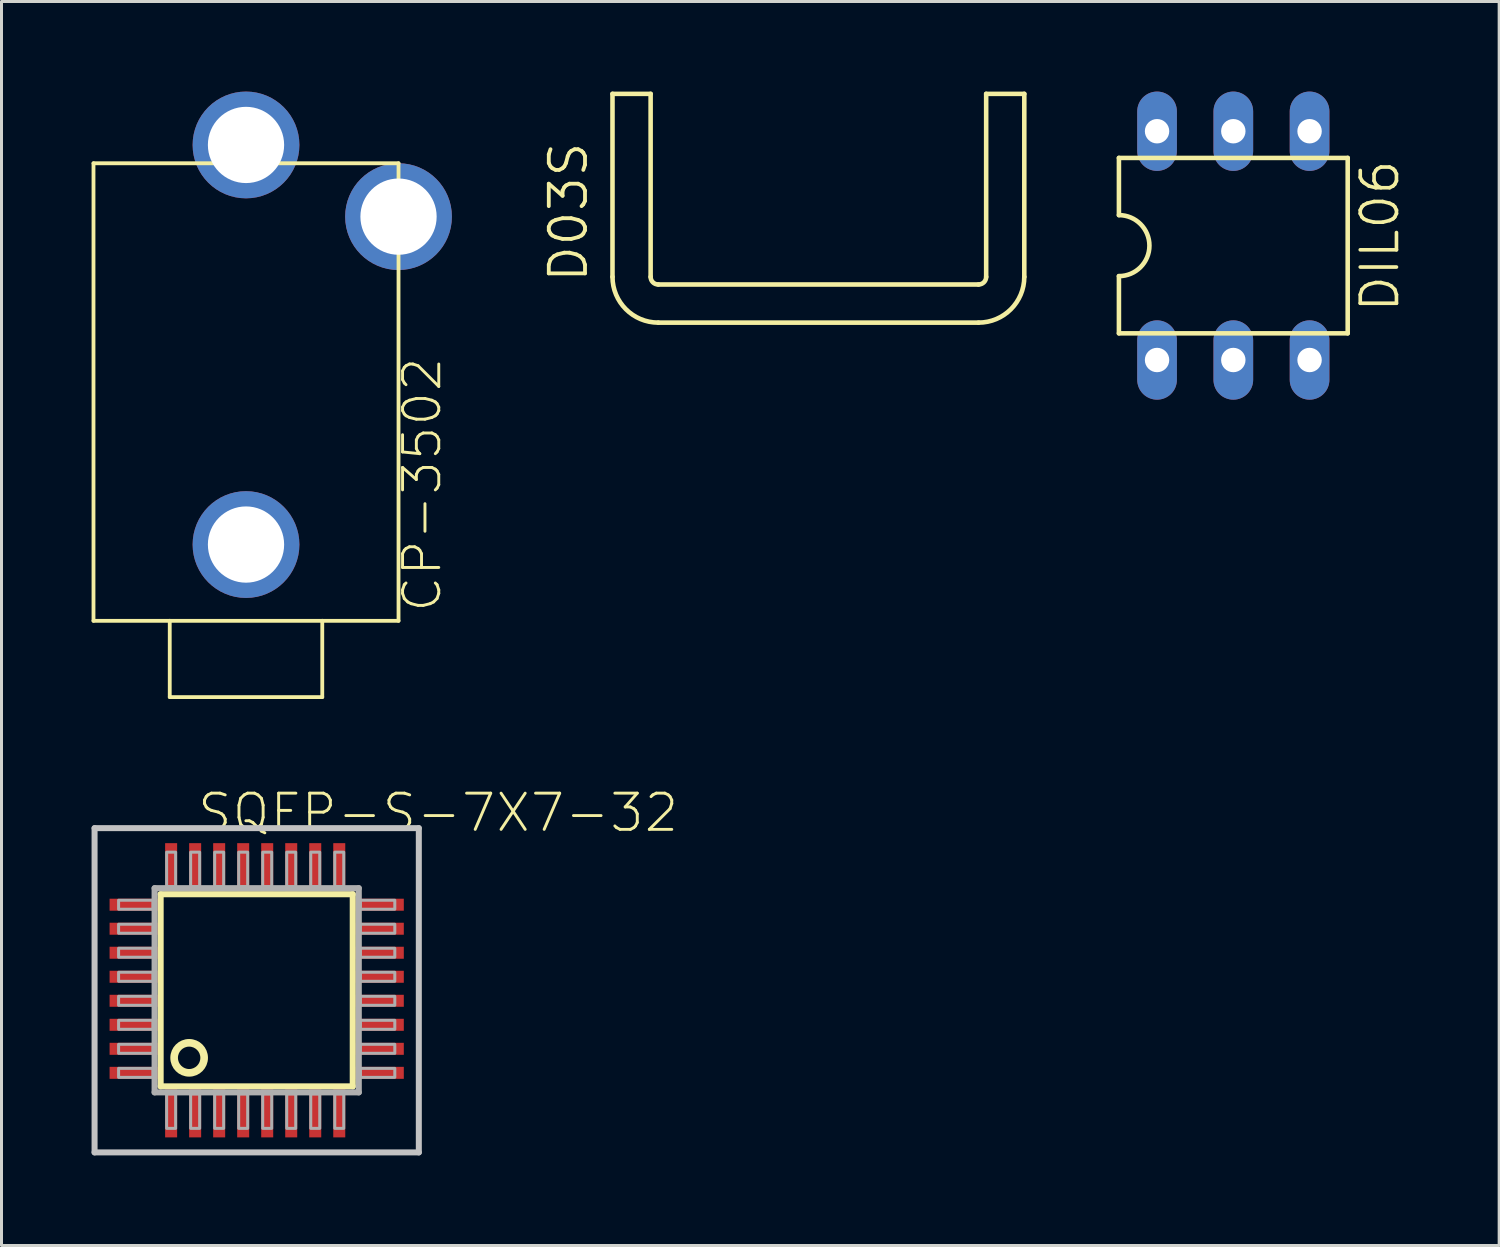
<source format=kicad_pcb>
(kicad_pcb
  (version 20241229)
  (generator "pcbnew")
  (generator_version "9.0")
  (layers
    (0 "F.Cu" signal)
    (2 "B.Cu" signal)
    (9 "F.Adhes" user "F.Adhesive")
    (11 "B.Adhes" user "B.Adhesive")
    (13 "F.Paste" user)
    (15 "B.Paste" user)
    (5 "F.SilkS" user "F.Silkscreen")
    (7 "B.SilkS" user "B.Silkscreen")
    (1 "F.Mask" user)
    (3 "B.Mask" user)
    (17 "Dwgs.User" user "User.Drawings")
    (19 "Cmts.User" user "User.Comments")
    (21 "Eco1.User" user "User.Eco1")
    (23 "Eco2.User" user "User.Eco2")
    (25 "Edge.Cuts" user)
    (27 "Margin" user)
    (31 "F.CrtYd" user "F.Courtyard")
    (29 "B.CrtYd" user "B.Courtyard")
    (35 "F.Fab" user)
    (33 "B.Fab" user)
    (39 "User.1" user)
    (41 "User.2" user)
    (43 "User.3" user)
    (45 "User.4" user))
  (footprint "D03S"
    (layer "F.Cu")
    (at 24.209 6.426)
    (property "Reference" "D03S" (at -7.62 0 90) (layer "F.SilkS") (effects (font (size 1.206 1.206) (thickness 0.127)) (justify left bottom)))
    (attr through_hole)
    (fp_line (start -6.858 -6.35) (end -5.588 -6.35) (stroke (width 0.152) (type solid)) (layer "F.SilkS"))
    (fp_line (start -6.858 -0.254) (end -6.858 -6.35) (stroke (width 0.152) (type solid)) (layer "F.SilkS"))
    (fp_line (start -5.588 -0.254) (end -5.588 -6.35) (stroke (width 0.152) (type solid)) (layer "F.SilkS"))
    (fp_line (start -5.334 0) (end 5.334 0) (stroke (width 0.152) (type solid)) (layer "F.SilkS"))
    (fp_line (start -5.334 1.27) (end 5.334 1.27) (stroke (width 0.152) (type solid)) (layer "F.SilkS"))
    (fp_line (start 5.588 -0.254) (end 5.588 -6.35) (stroke (width 0.152) (type solid)) (layer "F.SilkS"))
    (fp_line (start 6.858 -6.35) (end 5.588 -6.35) (stroke (width 0.152) (type solid)) (layer "F.SilkS"))
    (fp_line (start 6.858 -0.254) (end 6.858 -6.35) (stroke (width 0.152) (type solid)) (layer "F.SilkS"))
    (fp_arc (start -5.334 0) (mid -5.513605 -0.074395) (end -5.588 -0.254) (stroke (width 0.1524) (type solid)) (layer "F.SilkS"))
    (fp_arc (start -5.334 1.27) (mid -6.411631 0.823631) (end -6.858 -0.254) (stroke (width 0.1524) (type solid)) (layer "F.SilkS"))
    (fp_arc (start 5.588 -0.254) (mid 5.513605 -0.074395) (end 5.334 0) (stroke (width 0.1524) (type solid)) (layer "F.SilkS"))
    (fp_arc (start 6.858 -0.254) (mid 6.411631 0.823631) (end 5.334 1.27) (stroke (width 0.1524) (type solid)) (layer "F.SilkS")))
  (footprint "DIL06"
    (layer "F.Cu")
    (at 38.029 5.131)
    (property "Reference" "DIL06" (at 5.588 2.286 270) (layer "F.SilkS") (effects (font (size 1.206 1.206) (thickness 0.121)) (justify left bottom)))
    (attr through_hole)
    (fp_line (start -3.81 -2.921) (end -3.81 -1.016) (stroke (width 0.152) (type solid)) (layer "F.SilkS"))
    (fp_line (start -3.81 2.921) (end -3.81 1.016) (stroke (width 0.152) (type solid)) (layer "F.SilkS"))
    (fp_line (start -3.81 2.921) (end 3.81 2.921) (stroke (width 0.152) (type solid)) (layer "F.SilkS"))
    (fp_line (start 3.81 -2.921) (end -3.81 -2.921) (stroke (width 0.152) (type solid)) (layer "F.SilkS"))
    (fp_line (start 3.81 -2.921) (end 3.81 2.921) (stroke (width 0.152) (type solid)) (layer "F.SilkS"))
    (fp_arc (start -3.81 -1.016) (mid -2.794 0) (end -3.81 1.016) (stroke (width 0.1524) (type solid)) (layer "F.SilkS"))
    (pad "1" thru_hole oval (at -2.54 3.81 90) (size 2.642 1.321) (drill 0.813) (layers "*.Cu" "*.Mask"))
    (pad "2" thru_hole oval (at 0 3.81 90) (size 2.642 1.321) (drill 0.813) (layers "*.Cu" "*.Mask"))
    (pad "3" thru_hole oval (at 2.54 3.81 90) (size 2.642 1.321) (drill 0.813) (layers "*.Cu" "*.Mask"))
    (pad "4" thru_hole oval (at 2.54 -3.81 90) (size 2.642 1.321) (drill 0.813) (layers "*.Cu" "*.Mask"))
    (pad "5" thru_hole oval (at 0 -3.81 90) (size 2.642 1.321) (drill 0.813) (layers "*.Cu" "*.Mask"))
    (pad "6" thru_hole oval (at -2.54 -3.81 90) (size 2.642 1.321) (drill 0.813) (layers "*.Cu" "*.Mask")))
  (footprint "CP-3502"
    (layer "F.Cu")
    (at 5.144 17.628)
    (property "Reference" "CP-3502" (at 6.573 -0.22 90) (layer "F.SilkS") (effects (font (size 1.206 1.206) (thickness 0.097)) (justify left bottom)))
    (attr through_hole)
    (fp_line (start -5.08 -15.24) (end 5.08 -15.24) (stroke (width 0.127) (type solid)) (layer "F.SilkS"))
    (fp_line (start -5.08 0) (end -5.08 -15.24) (stroke (width 0.127) (type solid)) (layer "F.SilkS"))
    (fp_line (start -2.54 0) (end -5.08 0) (stroke (width 0.127) (type solid)) (layer "F.SilkS"))
    (fp_line (start -2.54 0) (end -2.54 2.54) (stroke (width 0.127) (type solid)) (layer "F.SilkS"))
    (fp_line (start -2.54 2.54) (end 2.54 2.54) (stroke (width 0.127) (type solid)) (layer "F.SilkS"))
    (fp_line (start 2.54 0) (end -2.54 0) (stroke (width 0.127) (type solid)) (layer "F.SilkS"))
    (fp_line (start 2.54 2.54) (end 2.54 0) (stroke (width 0.127) (type solid)) (layer "F.SilkS"))
    (fp_line (start 5.08 -15.24) (end 5.08 0) (stroke (width 0.127) (type solid)) (layer "F.SilkS"))
    (fp_line (start 5.08 0) (end 2.54 0) (stroke (width 0.127) (type solid)) (layer "F.SilkS"))
    (pad "SLEEVE" thru_hole circle (at 5.08 -13.462) (size 3.556 3.556) (drill 2.54) (layers "*.Cu" "*.Mask"))
    (pad "TIP" thru_hole circle (at 0 -2.54) (size 3.556 3.556) (drill 2.54) (layers "*.Cu" "*.Mask"))
    (pad "TIPSHUNT" thru_hole circle (at 0 -15.85) (size 3.556 3.556) (drill 2.54) (layers "*.Cu" "*.Mask")))
  (footprint "SQFP-S-7X7-32"
    (layer "F.Cu")
    (at 5.5 29.934)
    (property "Reference" "SQFP-S-7X7-32" (at -2.032 -5.207 180) (layer "F.SilkS") (effects (font (size 1.206 1.206) (thickness 0.097)) (justify left bottom)))
    (attr through_hole)
    (fp_line (start -3.2 -3.2) (end 3.2 -3.2) (stroke (width 0.203) (type solid)) (layer "F.SilkS"))
    (fp_line (start -3.2 3.2) (end -3.2 -3.2) (stroke (width 0.203) (type solid)) (layer "F.SilkS"))
    (fp_line (start 3.2 -3.2) (end 3.2 3.2) (stroke (width 0.203) (type solid)) (layer "F.SilkS"))
    (fp_line (start 3.2 3.2) (end -3.2 3.2) (stroke (width 0.203) (type solid)) (layer "F.SilkS"))
    (fp_circle (center -2.25 2.25) (end -1.75 2.25) (stroke (width 0.254) (type solid)) (fill no) (layer "F.SilkS"))
    (fp_line (start -5.4 -5.4) (end 5.4 -5.4) (stroke (width 0.2) (type solid)) (layer "Dwgs.User"))
    (fp_line (start -5.4 5.4) (end -5.4 -5.4) (stroke (width 0.2) (type solid)) (layer "Dwgs.User"))
    (fp_line (start 5.4 -5.4) (end 5.4 5.4) (stroke (width 0.2) (type solid)) (layer "Dwgs.User"))
    (fp_line (start 5.4 5.4) (end -5.4 5.4) (stroke (width 0.2) (type solid)) (layer "Dwgs.User"))
    (fp_line (start -3.4 -3.4) (end -3.4 3.4) (stroke (width 0.203) (type solid)) (layer "F.Fab"))
    (fp_line (start -3.4 3.4) (end 3.4 3.4) (stroke (width 0.203) (type solid)) (layer "F.Fab"))
    (fp_line (start 3.4 -3.4) (end -3.4 -3.4) (stroke (width 0.203) (type solid)) (layer "F.Fab"))
    (fp_line (start 3.4 3.4) (end 3.4 -3.4) (stroke (width 0.203) (type solid)) (layer "F.Fab"))
    (fp_poly (pts (xy -4.6 -3) (xy -4.6 -2.7) (xy -3.45 -2.7) (xy -3.45 -3)) (stroke (width 0.1) (type solid)) (fill no) (layer "F.Fab"))
    (fp_poly (pts (xy -4.6 -2.2) (xy -4.6 -1.9) (xy -3.45 -1.9) (xy -3.45 -2.2)) (stroke (width 0.1) (type solid)) (fill no) (layer "F.Fab"))
    (fp_poly (pts (xy -4.6 -1.4) (xy -4.6 -1.1) (xy -3.45 -1.1) (xy -3.45 -1.4)) (stroke (width 0.1) (type solid)) (fill no) (layer "F.Fab"))
    (fp_poly (pts (xy -4.6 -0.6) (xy -4.6 -0.3) (xy -3.45 -0.3) (xy -3.45 -0.6)) (stroke (width 0.1) (type solid)) (fill no) (layer "F.Fab"))
    (fp_poly (pts (xy -4.6 0.2) (xy -4.6 0.5) (xy -3.45 0.5) (xy -3.45 0.2)) (stroke (width 0.1) (type solid)) (fill no) (layer "F.Fab"))
    (fp_poly (pts (xy -4.6 1) (xy -4.6 1.3) (xy -3.45 1.3) (xy -3.45 1)) (stroke (width 0.1) (type solid)) (fill no) (layer "F.Fab"))
    (fp_poly (pts (xy -4.6 1.8) (xy -4.6 2.1) (xy -3.45 2.1) (xy -3.45 1.8)) (stroke (width 0.1) (type solid)) (fill no) (layer "F.Fab"))
    (fp_poly (pts (xy -4.6 2.6) (xy -4.6 2.9) (xy -3.45 2.9) (xy -3.45 2.6)) (stroke (width 0.1) (type solid)) (fill no) (layer "F.Fab"))
    (fp_poly (pts (xy -3 4.6) (xy -2.7 4.6) (xy -2.7 3.45) (xy -3 3.45)) (stroke (width 0.1) (type solid)) (fill no) (layer "F.Fab"))
    (fp_poly (pts (xy -2.7 -4.6) (xy -3 -4.6) (xy -3 -3.45) (xy -2.7 -3.45)) (stroke (width 0.1) (type solid)) (fill no) (layer "F.Fab"))
    (fp_poly (pts (xy -2.2 4.6) (xy -1.9 4.6) (xy -1.9 3.45) (xy -2.2 3.45)) (stroke (width 0.1) (type solid)) (fill no) (layer "F.Fab"))
    (fp_poly (pts (xy -1.9 -4.6) (xy -2.2 -4.6) (xy -2.2 -3.45) (xy -1.9 -3.45)) (stroke (width 0.1) (type solid)) (fill no) (layer "F.Fab"))
    (fp_poly (pts (xy -1.4 4.6) (xy -1.1 4.6) (xy -1.1 3.45) (xy -1.4 3.45)) (stroke (width 0.1) (type solid)) (fill no) (layer "F.Fab"))
    (fp_poly (pts (xy -1.1 -4.6) (xy -1.4 -4.6) (xy -1.4 -3.45) (xy -1.1 -3.45)) (stroke (width 0.1) (type solid)) (fill no) (layer "F.Fab"))
    (fp_poly (pts (xy -0.6 4.6) (xy -0.3 4.6) (xy -0.3 3.45) (xy -0.6 3.45)) (stroke (width 0.1) (type solid)) (fill no) (layer "F.Fab"))
    (fp_poly (pts (xy -0.3 -4.6) (xy -0.6 -4.6) (xy -0.6 -3.45) (xy -0.3 -3.45)) (stroke (width 0.1) (type solid)) (fill no) (layer "F.Fab"))
    (fp_poly (pts (xy 0.2 4.6) (xy 0.5 4.6) (xy 0.5 3.45) (xy 0.2 3.45)) (stroke (width 0.1) (type solid)) (fill no) (layer "F.Fab"))
    (fp_poly (pts (xy 0.5 -4.6) (xy 0.2 -4.6) (xy 0.2 -3.45) (xy 0.5 -3.45)) (stroke (width 0.1) (type solid)) (fill no) (layer "F.Fab"))
    (fp_poly (pts (xy 1 4.6) (xy 1.3 4.6) (xy 1.3 3.45) (xy 1 3.45)) (stroke (width 0.1) (type solid)) (fill no) (layer "F.Fab"))
    (fp_poly (pts (xy 1.3 -4.6) (xy 1 -4.6) (xy 1 -3.45) (xy 1.3 -3.45)) (stroke (width 0.1) (type solid)) (fill no) (layer "F.Fab"))
    (fp_poly (pts (xy 1.8 4.6) (xy 2.1 4.6) (xy 2.1 3.45) (xy 1.8 3.45)) (stroke (width 0.1) (type solid)) (fill no) (layer "F.Fab"))
    (fp_poly (pts (xy 2.1 -4.6) (xy 1.8 -4.6) (xy 1.8 -3.45) (xy 2.1 -3.45)) (stroke (width 0.1) (type solid)) (fill no) (layer "F.Fab"))
    (fp_poly (pts (xy 2.6 4.6) (xy 2.9 4.6) (xy 2.9 3.45) (xy 2.6 3.45)) (stroke (width 0.1) (type solid)) (fill no) (layer "F.Fab"))
    (fp_poly (pts (xy 2.9 -4.6) (xy 2.6 -4.6) (xy 2.6 -3.45) (xy 2.9 -3.45)) (stroke (width 0.1) (type solid)) (fill no) (layer "F.Fab"))
    (fp_poly (pts (xy 4.6 -2.7) (xy 4.6 -3) (xy 3.45 -3) (xy 3.45 -2.7)) (stroke (width 0.1) (type solid)) (fill no) (layer "F.Fab"))
    (fp_poly (pts (xy 4.6 -1.9) (xy 4.6 -2.2) (xy 3.45 -2.2) (xy 3.45 -1.9)) (stroke (width 0.1) (type solid)) (fill no) (layer "F.Fab"))
    (fp_poly (pts (xy 4.6 -1.1) (xy 4.6 -1.4) (xy 3.45 -1.4) (xy 3.45 -1.1)) (stroke (width 0.1) (type solid)) (fill no) (layer "F.Fab"))
    (fp_poly (pts (xy 4.6 -0.3) (xy 4.6 -0.6) (xy 3.45 -0.6) (xy 3.45 -0.3)) (stroke (width 0.1) (type solid)) (fill no) (layer "F.Fab"))
    (fp_poly (pts (xy 4.6 0.5) (xy 4.6 0.2) (xy 3.45 0.2) (xy 3.45 0.5)) (stroke (width 0.1) (type solid)) (fill no) (layer "F.Fab"))
    (fp_poly (pts (xy 4.6 1.3) (xy 4.6 1) (xy 3.45 1) (xy 3.45 1.3)) (stroke (width 0.1) (type solid)) (fill no) (layer "F.Fab"))
    (fp_poly (pts (xy 4.6 2.1) (xy 4.6 1.8) (xy 3.45 1.8) (xy 3.45 2.1)) (stroke (width 0.1) (type solid)) (fill no) (layer "F.Fab"))
    (fp_poly (pts (xy 4.6 2.9) (xy 4.6 2.6) (xy 3.45 2.6) (xy 3.45 2.9)) (stroke (width 0.1) (type solid)) (fill no) (layer "F.Fab"))
    (pad "1" smd rect (at -2.85 4.1) (size 0.4 1.6) (layers "F.Cu" "F.Mask" "F.Paste"))
    (pad "2" smd rect (at -2.05 4.1) (size 0.4 1.6) (layers "F.Cu" "F.Mask" "F.Paste"))
    (pad "3" smd rect (at -1.25 4.1) (size 0.4 1.6) (layers "F.Cu" "F.Mask" "F.Paste"))
    (pad "4" smd rect (at -0.45 4.1) (size 0.4 1.6) (layers "F.Cu" "F.Mask" "F.Paste"))
    (pad "5" smd rect (at 0.35 4.1) (size 0.4 1.6) (layers "F.Cu" "F.Mask" "F.Paste"))
    (pad "6" smd rect (at 1.15 4.1) (size 0.4 1.6) (layers "F.Cu" "F.Mask" "F.Paste"))
    (pad "7" smd rect (at 1.95 4.1) (size 0.4 1.6) (layers "F.Cu" "F.Mask" "F.Paste"))
    (pad "8" smd rect (at 2.75 4.1) (size 0.4 1.6) (layers "F.Cu" "F.Mask" "F.Paste"))
    (pad "9" smd rect (at 4.1 2.75 90) (size 0.4 1.6) (layers "F.Cu" "F.Mask" "F.Paste"))
    (pad "10" smd rect (at 4.1 1.95 90) (size 0.4 1.6) (layers "F.Cu" "F.Mask" "F.Paste"))
    (pad "11" smd rect (at 4.1 1.15 90) (size 0.4 1.6) (layers "F.Cu" "F.Mask" "F.Paste"))
    (pad "12" smd rect (at 4.1 0.35 90) (size 0.4 1.6) (layers "F.Cu" "F.Mask" "F.Paste"))
    (pad "13" smd rect (at 4.1 -0.45 90) (size 0.4 1.6) (layers "F.Cu" "F.Mask" "F.Paste"))
    (pad "14" smd rect (at 4.1 -1.25 90) (size 0.4 1.6) (layers "F.Cu" "F.Mask" "F.Paste"))
    (pad "15" smd rect (at 4.1 -2.05 90) (size 0.4 1.6) (layers "F.Cu" "F.Mask" "F.Paste"))
    (pad "16" smd rect (at 4.1 -2.85 90) (size 0.4 1.6) (layers "F.Cu" "F.Mask" "F.Paste"))
    (pad "17" smd rect (at 2.75 -4.1 180) (size 0.4 1.6) (layers "F.Cu" "F.Mask" "F.Paste"))
    (pad "18" smd rect (at 1.95 -4.1 180) (size 0.4 1.6) (layers "F.Cu" "F.Mask" "F.Paste"))
    (pad "19" smd rect (at 1.15 -4.1 180) (size 0.4 1.6) (layers "F.Cu" "F.Mask" "F.Paste"))
    (pad "20" smd rect (at 0.35 -4.1 180) (size 0.4 1.6) (layers "F.Cu" "F.Mask" "F.Paste"))
    (pad "21" smd rect (at -0.45 -4.1 180) (size 0.4 1.6) (layers "F.Cu" "F.Mask" "F.Paste"))
    (pad "22" smd rect (at -1.25 -4.1 180) (size 0.4 1.6) (layers "F.Cu" "F.Mask" "F.Paste"))
    (pad "23" smd rect (at -2.05 -4.1 180) (size 0.4 1.6) (layers "F.Cu" "F.Mask" "F.Paste"))
    (pad "24" smd rect (at -2.85 -4.1 180) (size 0.4 1.6) (layers "F.Cu" "F.Mask" "F.Paste"))
    (pad "25" smd rect (at -4.1 -2.85 270) (size 0.4 1.6) (layers "F.Cu" "F.Mask" "F.Paste"))
    (pad "26" smd rect (at -4.1 -2.05 270) (size 0.4 1.6) (layers "F.Cu" "F.Mask" "F.Paste"))
    (pad "27" smd rect (at -4.1 -1.25 270) (size 0.4 1.6) (layers "F.Cu" "F.Mask" "F.Paste"))
    (pad "28" smd rect (at -4.1 -0.45 270) (size 0.4 1.6) (layers "F.Cu" "F.Mask" "F.Paste"))
    (pad "29" smd rect (at -4.1 0.35 270) (size 0.4 1.6) (layers "F.Cu" "F.Mask" "F.Paste"))
    (pad "30" smd rect (at -4.1 1.15 270) (size 0.4 1.6) (layers "F.Cu" "F.Mask" "F.Paste"))
    (pad "31" smd rect (at -4.1 1.95 270) (size 0.4 1.6) (layers "F.Cu" "F.Mask" "F.Paste"))
    (pad "32" smd rect (at -4.1 2.75 270) (size 0.4 1.6) (layers "F.Cu" "F.Mask" "F.Paste")))
  (gr_rect
    (start -3 -3)
    (end 46.884 38.434)
    (stroke (width 0.1) (type default))
    (fill no)
    (layer "Edge.Cuts")))
</source>
